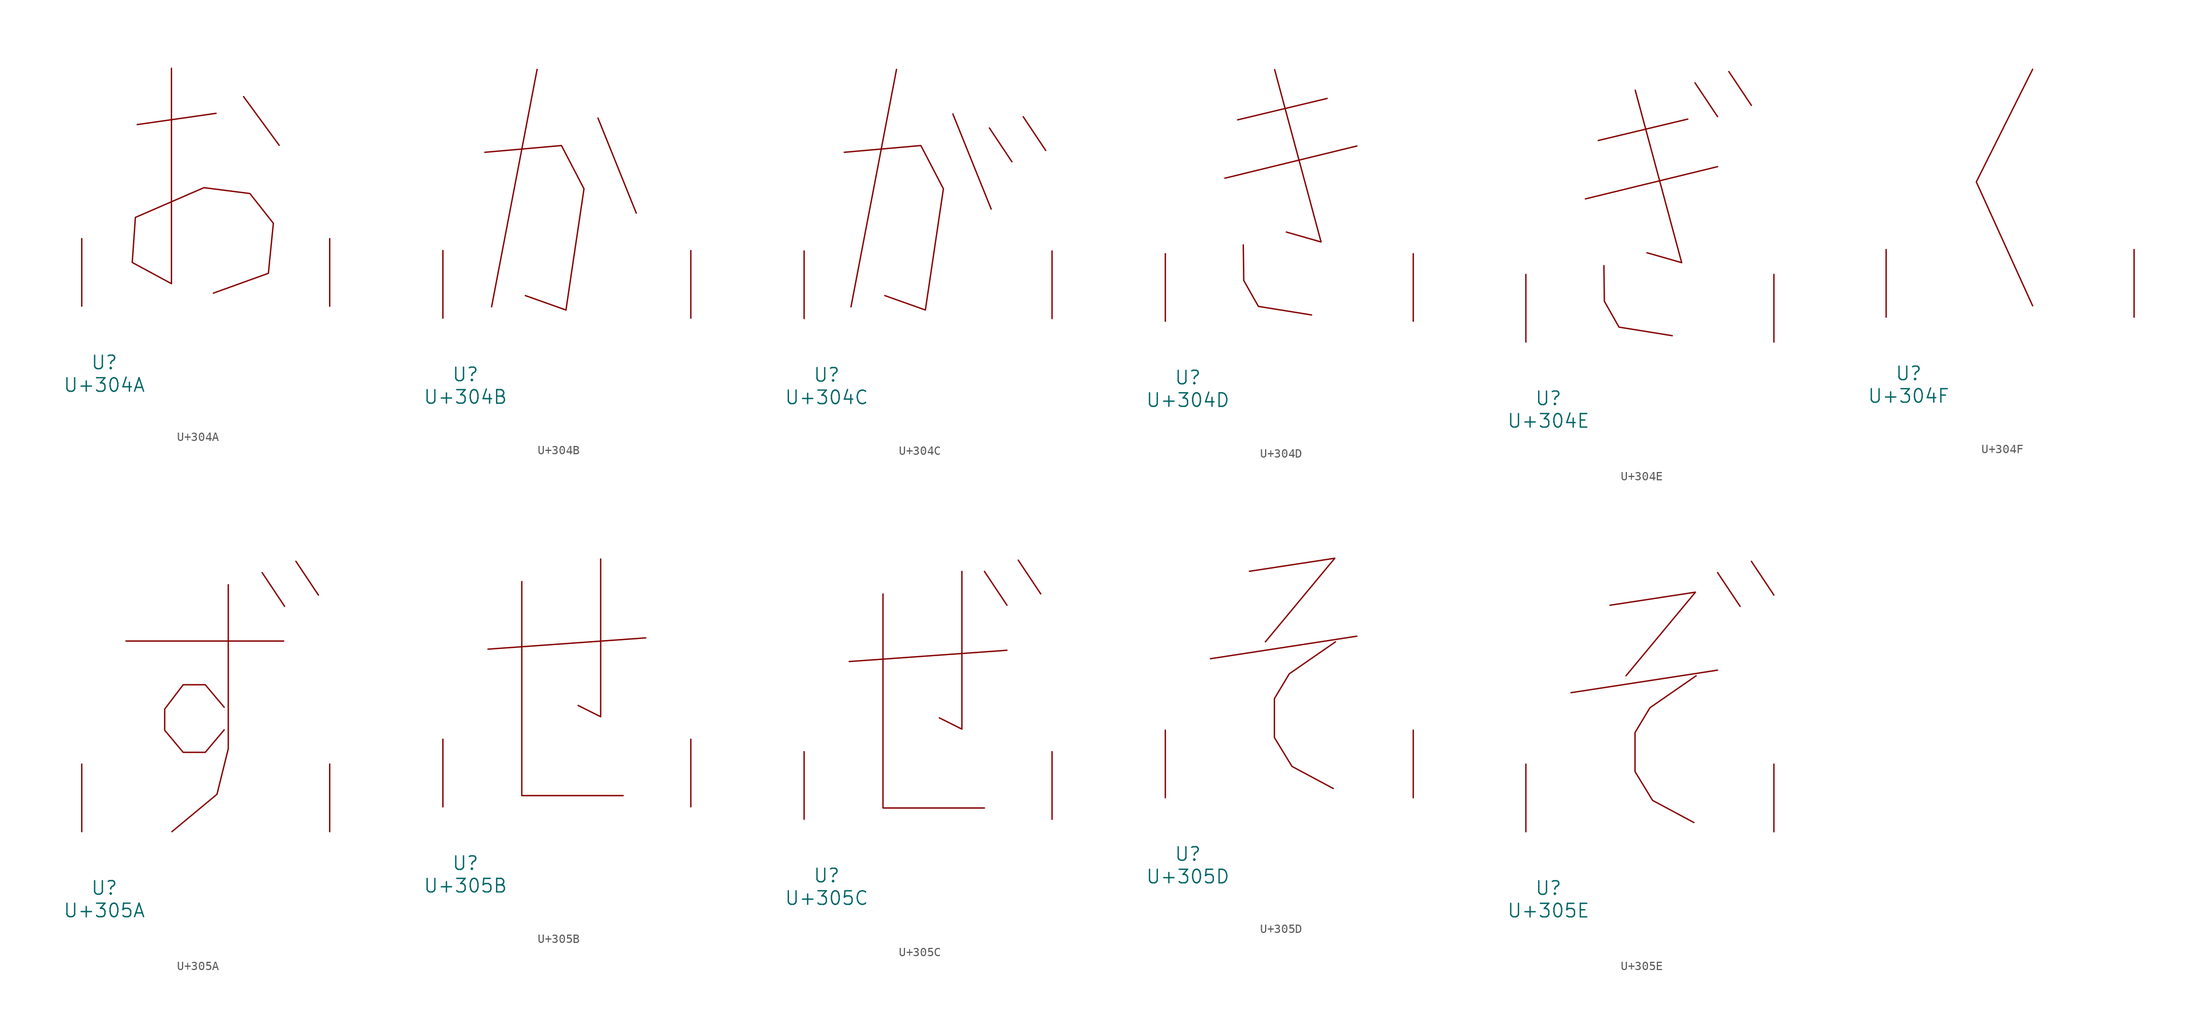
<source format=kicad_sym>
(kicad_symbol_lib
  (version 20231120)
  (generator "kicad_symbol_editor")
  (generator_version "8.0")
  (symbol "U+304A"
    (pin_names
      (offset 1.016))
    (property "Reference" "U"
      (at 0 -6.35 0)
      (effects (font (size 1.524 1.524))))
    (property "Value" "U+304A"
      (at 0 -8.89 0)
      (effects (font (size 1.524 1.524))))
    (symbol "U+304A_0_1"
      (polyline (pts (xy 3.708 20.472) (xy 12.598 21.742)) (stroke (width 0) (type solid)) (fill (type none)))
      (polyline (pts (xy 15.697 23.622) (xy 19.71 18.136)) (stroke (width 0) (type solid)) (fill (type none)))
      (polyline (pts (xy 7.569 26.822) (xy 7.569 2.54) (xy 3.15 4.928) (xy 3.505 10.008) (xy 11.227 13.36) (xy 16.408 12.7) (xy 19.05 9.347) (xy 18.491 3.708) (xy 12.294 1.473)) (stroke (width 0) (type solid)) (fill (type none)))
      (pin input line (at -2.54 0 90) (length 7.62) (name "~" (effects (font (size 1.27 1.27)))) (number "~" (effects (font (size 1.27 1.27)))))
      (pin input line (at 25.4 0 90) (length 7.62) (name "~" (effects (font (size 1.27 1.27)))) (number "~" (effects (font (size 1.27 1.27)))))))
  (symbol "U+304B"
    (pin_names
      (offset 1.016))
    (property "Reference" "U"
      (at 0 -6.35 0)
      (effects (font (size 1.524 1.524))))
    (property "Value" "U+304B"
      (at 0 -8.89 0)
      (effects (font (size 1.524 1.524))))
    (symbol "U+304B_0_1"
      (polyline (pts (xy 8.077 28.042) (xy 2.946 1.27)) (stroke (width 0) (type solid)) (fill (type none)))
      (polyline (pts (xy 14.935 22.555) (xy 19.253 11.836)) (stroke (width 0) (type solid)) (fill (type none)))
      (polyline (pts (xy 2.184 18.694) (xy 10.82 19.456) (xy 13.36 14.58) (xy 11.328 0.914) (xy 6.756 2.54)) (stroke (width 0) (type solid)) (fill (type none)))
      (pin input line (at -2.54 0 90) (length 7.62) (name "~" (effects (font (size 1.27 1.27)))) (number "~" (effects (font (size 1.27 1.27)))))
      (pin input line (at 25.4 0 90) (length 7.62) (name "~" (effects (font (size 1.27 1.27)))) (number "~" (effects (font (size 1.27 1.27)))))))
  (symbol "U+304C"
    (pin_names
      (offset 1.016))
    (property "Reference" "U"
      (at 0 -6.35 0)
      (effects (font (size 1.524 1.524))))
    (property "Value" "U+304C"
      (at 0 -8.89 0)
      (effects (font (size 1.524 1.524))))
    (symbol "U+304C_0_1"
      (polyline (pts (xy 7.874 28.092) (xy 2.743 1.321)) (stroke (width 0) (type solid)) (fill (type none)))
      (polyline (pts (xy 14.224 23.063) (xy 18.542 12.344)) (stroke (width 0) (type solid)) (fill (type none)))
      (polyline (pts (xy 18.339 21.488) (xy 20.879 17.678)) (stroke (width 0) (type solid)) (fill (type none)))
      (polyline (pts (xy 22.149 22.758) (xy 24.689 18.948)) (stroke (width 0) (type solid)) (fill (type none)))
      (polyline (pts (xy 1.981 18.745) (xy 10.617 19.507) (xy 13.157 14.63) (xy 11.125 0.965) (xy 6.553 2.591)) (stroke (width 0) (type solid)) (fill (type none)))
      (pin input line (at -2.54 0 90) (length 7.62) (name "~" (effects (font (size 1.27 1.27)))) (number "~" (effects (font (size 1.27 1.27)))))
      (pin input line (at 25.4 0 90) (length 7.62) (name "~" (effects (font (size 1.27 1.27)))) (number "~" (effects (font (size 1.27 1.27)))))))
  (symbol "U+304D"
    (pin_names
      (offset 1.016))
    (property "Reference" "U"
      (at 0 -6.35 0)
      (effects (font (size 1.524 1.524))))
    (property "Value" "U+304D"
      (at 0 -8.89 0)
      (effects (font (size 1.524 1.524))))
    (symbol "U+304D_0_1"
      (polyline (pts (xy 4.166 16.129) (xy 19.05 19.761)) (stroke (width 0) (type solid)) (fill (type none)))
      (polyline (pts (xy 5.613 22.708) (xy 15.697 25.121)) (stroke (width 0) (type solid)) (fill (type none)))
      (polyline (pts (xy 9.779 28.372) (xy 15.011 8.941) (xy 11.1 10.058)) (stroke (width 0) (type solid)) (fill (type none)))
      (polyline (pts (xy 6.248 8.611) (xy 6.299 4.597) (xy 7.95 1.676) (xy 13.945 0.711)) (stroke (width 0) (type solid)) (fill (type none)))
      (pin input line (at -2.54 0 90) (length 7.62) (name "~" (effects (font (size 1.27 1.27)))) (number "~" (effects (font (size 1.27 1.27)))))
      (pin input line (at 25.4 0 90) (length 7.62) (name "~" (effects (font (size 1.27 1.27)))) (number "~" (effects (font (size 1.27 1.27)))))))
  (symbol "U+304E"
    (pin_names
      (offset 1.016))
    (property "Reference" "U"
      (at 0 -6.35 0)
      (effects (font (size 1.524 1.524))))
    (property "Value" "U+304E"
      (at 0 -8.89 0)
      (effects (font (size 1.524 1.524))))
    (symbol "U+304E_0_1"
      (polyline (pts (xy 4.166 16.129) (xy 19.05 19.761)) (stroke (width 0) (type solid)) (fill (type none)))
      (polyline (pts (xy 5.613 22.708) (xy 15.697 25.121)) (stroke (width 0) (type solid)) (fill (type none)))
      (polyline (pts (xy 16.51 29.21) (xy 19.05 25.4)) (stroke (width 0) (type solid)) (fill (type none)))
      (polyline (pts (xy 20.32 30.48) (xy 22.86 26.67)) (stroke (width 0) (type solid)) (fill (type none)))
      (polyline (pts (xy 9.779 28.372) (xy 15.011 8.941) (xy 11.1 10.058)) (stroke (width 0) (type solid)) (fill (type none)))
      (polyline (pts (xy 6.248 8.611) (xy 6.299 4.597) (xy 7.95 1.676) (xy 13.945 0.711)) (stroke (width 0) (type solid)) (fill (type none)))
      (pin input line (at -2.54 0 90) (length 7.62) (name "~" (effects (font (size 1.27 1.27)))) (number "~" (effects (font (size 1.27 1.27)))))
      (pin input line (at 25.4 0 90) (length 7.62) (name "~" (effects (font (size 1.27 1.27)))) (number "~" (effects (font (size 1.27 1.27)))))))
  (symbol "U+304F"
    (pin_names
      (offset 1.016))
    (property "Reference" "U"
      (at 0 -6.35 0)
      (effects (font (size 1.524 1.524))))
    (property "Value" "U+304F"
      (at 0 -8.89 0)
      (effects (font (size 1.524 1.524))))
    (symbol "U+304F_0_1"
      (polyline (pts (xy 13.97 27.94) (xy 7.62 15.24) (xy 13.97 1.27)) (stroke (width 0) (type solid)) (fill (type none)))
      (pin input line (at -2.54 0 90) (length 7.62) (name "~" (effects (font (size 1.27 1.27)))) (number "~" (effects (font (size 1.27 1.27)))))
      (pin input line (at 25.4 0 90) (length 7.62) (name "~" (effects (font (size 1.27 1.27)))) (number "~" (effects (font (size 1.27 1.27)))))))
  (symbol "U+305A"
    (pin_names
      (offset 1.016))
    (property "Reference" "U"
      (at 0 -6.35 0)
      (effects (font (size 1.524 1.524))))
    (property "Value" "U+305A"
      (at 0 -8.89 0)
      (effects (font (size 1.524 1.524))))
    (symbol "U+305A_0_1"
      (polyline (pts (xy 2.438 21.488) (xy 20.218 21.488)) (stroke (width 0) (type solid)) (fill (type none)))
      (polyline (pts (xy 17.78 29.21) (xy 20.32 25.4)) (stroke (width 0) (type solid)) (fill (type none)))
      (polyline (pts (xy 21.59 30.48) (xy 24.13 26.67)) (stroke (width 0) (type solid)) (fill (type none)))
      (polyline (pts (xy 13.97 27.838) (xy 13.97 9.347) (xy 12.7 4.216) (xy 7.62 0)) (stroke (width 0) (type solid)) (fill (type none)))
      (polyline (pts (xy 13.513 14.021) (xy 11.379 16.561) (xy 8.89 16.561) (xy 6.807 13.818) (xy 6.807 11.43) (xy 8.89 8.941) (xy 11.379 8.941) (xy 13.513 11.481)) (stroke (width 0) (type solid)) (fill (type none)))
      (pin input line (at -2.54 0 90) (length 7.62) (name "~" (effects (font (size 1.27 1.27)))) (number "~" (effects (font (size 1.27 1.27)))))
      (pin input line (at 25.4 0 90) (length 7.62) (name "~" (effects (font (size 1.27 1.27)))) (number "~" (effects (font (size 1.27 1.27)))))))
  (symbol "U+305B"
    (pin_names
      (offset 1.016))
    (property "Reference" "U"
      (at 0 -6.35 0)
      (effects (font (size 1.524 1.524))))
    (property "Value" "U+305B"
      (at 0 -8.89 0)
      (effects (font (size 1.524 1.524))))
    (symbol "U+305B_0_1"
      (polyline (pts (xy 2.54 17.78) (xy 20.32 19.05)) (stroke (width 0) (type solid)) (fill (type none)))
      (polyline (pts (xy 6.35 25.4) (xy 6.35 1.27) (xy 17.78 1.27)) (stroke (width 0) (type solid)) (fill (type none)))
      (polyline (pts (xy 15.24 27.94) (xy 15.24 10.16) (xy 12.7 11.43)) (stroke (width 0) (type solid)) (fill (type none)))
      (pin input line (at -2.54 0 90) (length 7.62) (name "~" (effects (font (size 1.27 1.27)))) (number "~" (effects (font (size 1.27 1.27)))))
      (pin input line (at 25.4 0 90) (length 7.62) (name "~" (effects (font (size 1.27 1.27)))) (number "~" (effects (font (size 1.27 1.27)))))))
  (symbol "U+305C"
    (pin_names
      (offset 1.016))
    (property "Reference" "U"
      (at 0 -6.35 0)
      (effects (font (size 1.524 1.524))))
    (property "Value" "U+305C"
      (at 0 -8.89 0)
      (effects (font (size 1.524 1.524))))
    (symbol "U+305C_0_1"
      (polyline (pts (xy 2.54 17.78) (xy 20.32 19.05)) (stroke (width 0) (type solid)) (fill (type none)))
      (polyline (pts (xy 17.78 27.94) (xy 20.32 24.13)) (stroke (width 0) (type solid)) (fill (type none)))
      (polyline (pts (xy 21.59 29.21) (xy 24.13 25.4)) (stroke (width 0) (type solid)) (fill (type none)))
      (polyline (pts (xy 6.35 25.4) (xy 6.35 1.27) (xy 17.78 1.27)) (stroke (width 0) (type solid)) (fill (type none)))
      (polyline (pts (xy 15.24 27.94) (xy 15.24 10.16) (xy 12.7 11.43)) (stroke (width 0) (type solid)) (fill (type none)))
      (pin input line (at -2.54 0 90) (length 7.62) (name "~" (effects (font (size 1.27 1.27)))) (number "~" (effects (font (size 1.27 1.27)))))
      (pin input line (at 25.4 0 90) (length 7.62) (name "~" (effects (font (size 1.27 1.27)))) (number "~" (effects (font (size 1.27 1.27)))))))
  (symbol "U+305D"
    (pin_names
      (offset 1.016))
    (property "Reference" "U"
      (at 0 -6.35 0)
      (effects (font (size 1.524 1.524))))
    (property "Value" "U+305D"
      (at 0 -8.89 0)
      (effects (font (size 1.524 1.524))))
    (symbol "U+305D_0_1"
      (polyline (pts (xy 2.54 15.672) (xy 19.05 18.212)) (stroke (width 0) (type solid)) (fill (type none)))
      (polyline (pts (xy 6.934 25.527) (xy 16.561 27) (xy 8.738 17.577)) (stroke (width 0) (type solid)) (fill (type none)))
      (polyline (pts (xy 16.637 17.577) (xy 11.43 13.97) (xy 9.754 11.176) (xy 9.754 6.782) (xy 11.735 3.531) (xy 16.383 1.041)) (stroke (width 0) (type solid)) (fill (type none)))
      (pin input line (at -2.54 0 90) (length 7.62) (name "~" (effects (font (size 1.27 1.27)))) (number "~" (effects (font (size 1.27 1.27)))))
      (pin input line (at 25.4 0 90) (length 7.62) (name "~" (effects (font (size 1.27 1.27)))) (number "~" (effects (font (size 1.27 1.27)))))))
  (symbol "U+305E"
    (pin_names
      (offset 1.016))
    (property "Reference" "U"
      (at 0 -6.35 0)
      (effects (font (size 1.524 1.524))))
    (property "Value" "U+305E"
      (at 0 -8.89 0)
      (effects (font (size 1.524 1.524))))
    (symbol "U+305E_0_1"
      (polyline (pts (xy 2.54 15.672) (xy 19.05 18.212)) (stroke (width 0) (type solid)) (fill (type none)))
      (polyline (pts (xy 19.05 29.21) (xy 21.59 25.4)) (stroke (width 0) (type solid)) (fill (type none)))
      (polyline (pts (xy 22.86 30.48) (xy 25.4 26.67)) (stroke (width 0) (type solid)) (fill (type none)))
      (polyline (pts (xy 6.934 25.527) (xy 16.561 27) (xy 8.738 17.577)) (stroke (width 0) (type solid)) (fill (type none)))
      (polyline (pts (xy 16.637 17.577) (xy 11.43 13.97) (xy 9.754 11.176) (xy 9.754 6.782) (xy 11.735 3.531) (xy 16.383 1.041)) (stroke (width 0) (type solid)) (fill (type none)))
      (pin input line (at -2.54 0 90) (length 7.62) (name "~" (effects (font (size 1.27 1.27)))) (number "~" (effects (font (size 1.27 1.27)))))
      (pin input line (at 25.4 0 90) (length 7.62) (name "~" (effects (font (size 1.27 1.27)))) (number "~" (effects (font (size 1.27 1.27))))))))
</source>
